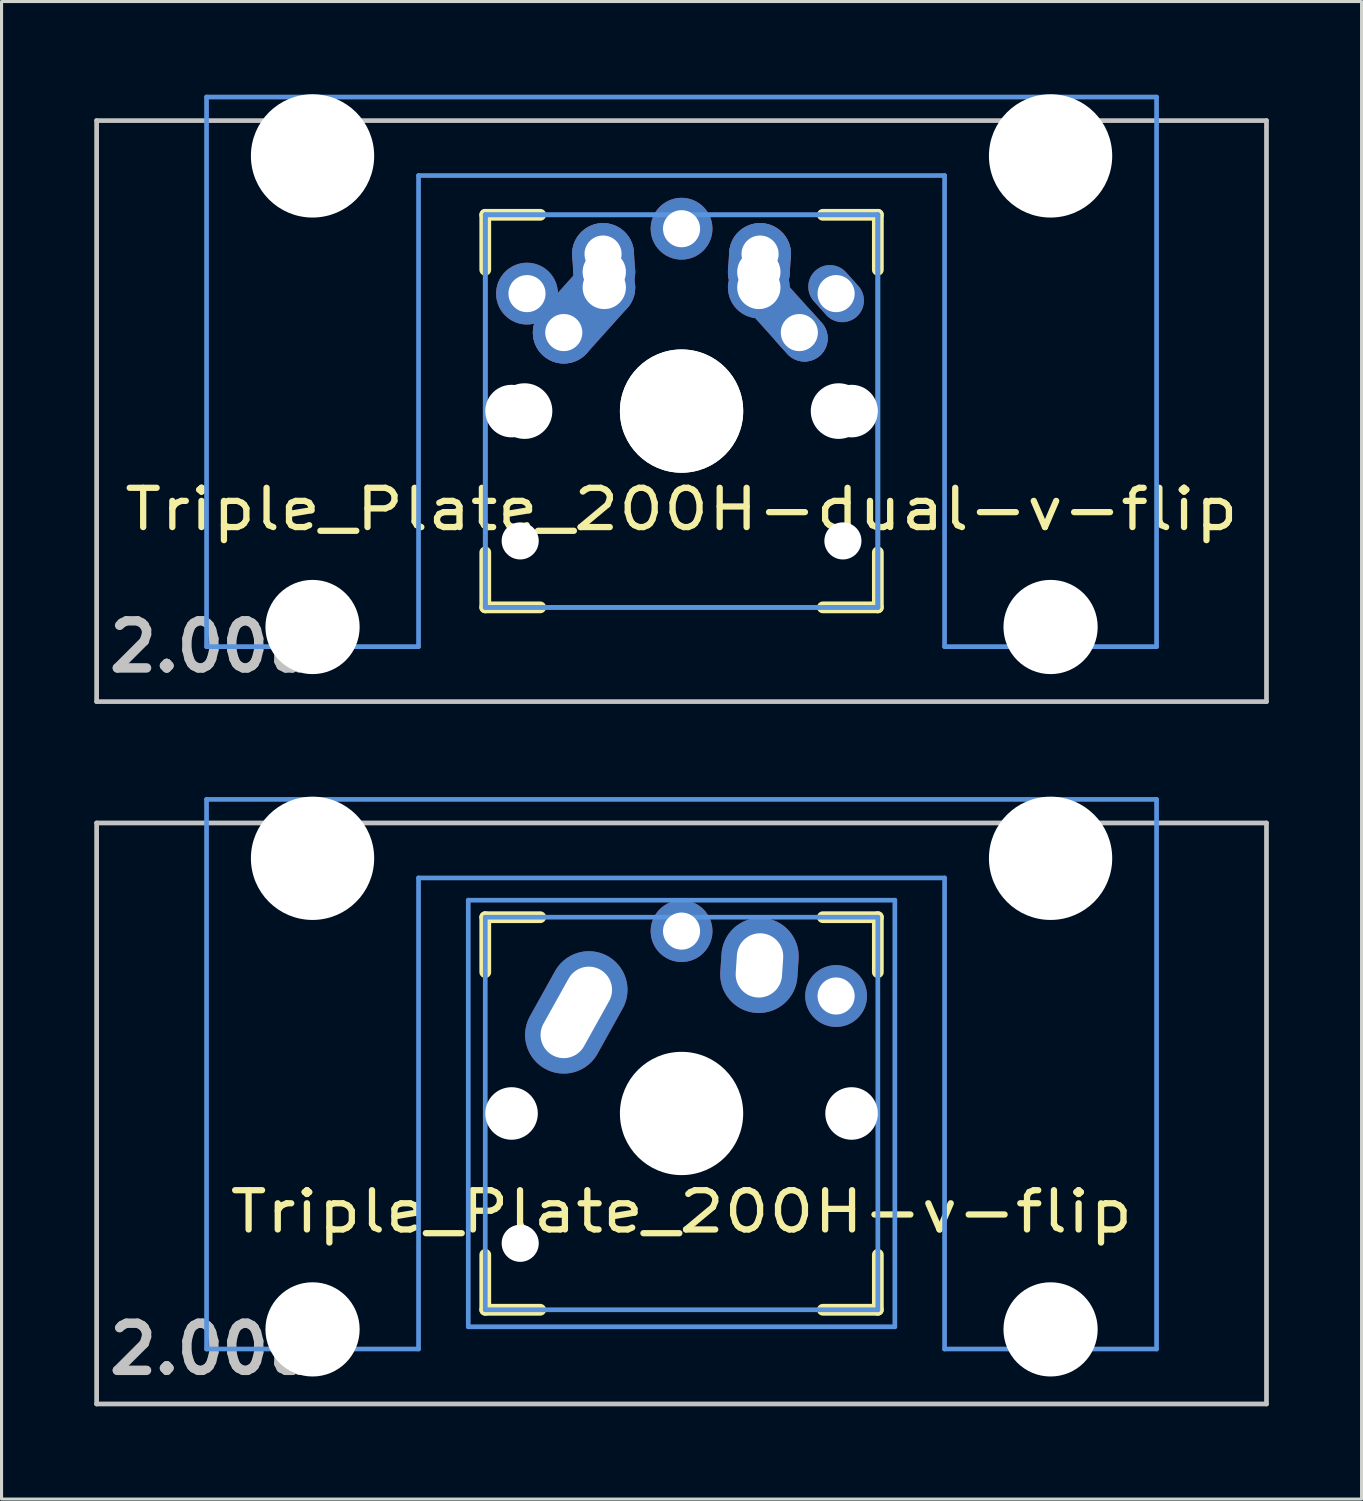
<source format=kicad_pcb>
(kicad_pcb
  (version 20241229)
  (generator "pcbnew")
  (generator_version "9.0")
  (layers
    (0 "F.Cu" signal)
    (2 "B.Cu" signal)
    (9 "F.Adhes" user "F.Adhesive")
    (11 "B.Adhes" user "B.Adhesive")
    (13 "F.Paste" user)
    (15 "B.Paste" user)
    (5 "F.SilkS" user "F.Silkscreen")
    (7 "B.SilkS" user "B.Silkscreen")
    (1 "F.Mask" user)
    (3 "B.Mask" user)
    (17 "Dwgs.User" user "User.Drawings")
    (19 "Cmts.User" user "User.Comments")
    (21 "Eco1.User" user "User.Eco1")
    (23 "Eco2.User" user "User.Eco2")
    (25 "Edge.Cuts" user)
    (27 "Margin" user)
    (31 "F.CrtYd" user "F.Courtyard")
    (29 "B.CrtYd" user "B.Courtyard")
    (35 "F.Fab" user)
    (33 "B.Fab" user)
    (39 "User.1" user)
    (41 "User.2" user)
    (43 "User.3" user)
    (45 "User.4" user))
  (footprint "Triple_Plate_200H-dual-v-flip"
    (layer "F.Cu")
    (at 18.999 10.249)
    (property "Reference" "Triple_Plate_200H-dual-v-flip" (at 0 3.175 0) (layer "F.SilkS") (effects (font (size 1.27 1.524) (thickness 0.203))))
    (attr through_hole)
    (fp_line (start -6.35 -6.35) (end -4.572 -6.35) (stroke (width 0.381) (type solid)) (layer "F.SilkS"))
    (fp_line (start -6.35 -4.572) (end -6.35 -6.35) (stroke (width 0.381) (type solid)) (layer "F.SilkS"))
    (fp_line (start -6.35 6.35) (end -6.35 4.572) (stroke (width 0.381) (type solid)) (layer "F.SilkS"))
    (fp_line (start -4.572 6.35) (end -6.35 6.35) (stroke (width 0.381) (type solid)) (layer "F.SilkS"))
    (fp_line (start 4.572 -6.35) (end 6.35 -6.35) (stroke (width 0.381) (type solid)) (layer "F.SilkS"))
    (fp_line (start 6.35 -6.35) (end 6.35 -4.572) (stroke (width 0.381) (type solid)) (layer "F.SilkS"))
    (fp_line (start 6.35 4.572) (end 6.35 6.35) (stroke (width 0.381) (type solid)) (layer "F.SilkS"))
    (fp_line (start 6.35 6.35) (end 4.572 6.35) (stroke (width 0.381) (type solid)) (layer "F.SilkS"))
    (fp_line (start -18.923 -9.398) (end 18.923 -9.398) (stroke (width 0.152) (type solid)) (layer "Dwgs.User"))
    (fp_line (start -18.923 9.398) (end -18.923 -9.398) (stroke (width 0.152) (type solid)) (layer "Dwgs.User"))
    (fp_line (start 18.923 -9.398) (end 18.923 9.398) (stroke (width 0.152) (type solid)) (layer "Dwgs.User"))
    (fp_line (start 18.923 9.398) (end -18.923 9.398) (stroke (width 0.152) (type solid)) (layer "Dwgs.User"))
    (fp_line (start -15.367 -10.16) (end -15.367 7.62) (stroke (width 0.152) (type solid)) (layer "Cmts.User"))
    (fp_line (start -15.367 7.62) (end -8.509 7.62) (stroke (width 0.152) (type solid)) (layer "Cmts.User"))
    (fp_line (start -8.509 -7.62) (end 8.509 -7.62) (stroke (width 0.152) (type solid)) (layer "Cmts.User"))
    (fp_line (start -8.509 7.62) (end -8.509 -7.62) (stroke (width 0.152) (type solid)) (layer "Cmts.User"))
    (fp_line (start -6.35 -6.35) (end 6.35 -6.35) (stroke (width 0.152) (type solid)) (layer "Cmts.User"))
    (fp_line (start -6.35 -6.35) (end 6.35 -6.35) (stroke (width 0.152) (type solid)) (layer "Cmts.User"))
    (fp_line (start -6.35 6.35) (end -6.35 -6.35) (stroke (width 0.152) (type solid)) (layer "Cmts.User"))
    (fp_line (start -6.35 6.35) (end -6.35 -6.35) (stroke (width 0.152) (type solid)) (layer "Cmts.User"))
    (fp_line (start 6.35 -6.35) (end 6.35 6.35) (stroke (width 0.152) (type solid)) (layer "Cmts.User"))
    (fp_line (start 6.35 -6.35) (end 6.35 6.35) (stroke (width 0.152) (type solid)) (layer "Cmts.User"))
    (fp_line (start 6.35 6.35) (end -6.35 6.35) (stroke (width 0.152) (type solid)) (layer "Cmts.User"))
    (fp_line (start 6.35 6.35) (end -6.35 6.35) (stroke (width 0.152) (type solid)) (layer "Cmts.User"))
    (fp_line (start 8.509 -7.62) (end 8.509 7.62) (stroke (width 0.152) (type solid)) (layer "Cmts.User"))
    (fp_line (start 8.509 7.62) (end 15.367 7.62) (stroke (width 0.152) (type solid)) (layer "Cmts.User"))
    (fp_line (start 15.367 -10.16) (end -15.367 -10.16) (stroke (width 0.152) (type solid)) (layer "Cmts.User"))
    (fp_line (start 15.367 7.62) (end 15.367 -10.16) (stroke (width 0.152) (type solid)) (layer "Cmts.User"))
    (fp_line (start -16.129 -0.508) (end -15.265 -0.508) (stroke (width 0.152) (type solid)) (layer "Eco2.User"))
    (fp_line (start -16.129 2.286) (end -16.129 -0.508) (stroke (width 0.152) (type solid)) (layer "Eco2.User"))
    (fp_line (start -15.265 -6.604) (end -14.224 -6.604) (stroke (width 0.152) (type solid)) (layer "Eco2.User"))
    (fp_line (start -15.265 -0.508) (end -15.265 -6.604) (stroke (width 0.152) (type solid)) (layer "Eco2.User"))
    (fp_line (start -15.265 2.286) (end -16.129 2.286) (stroke (width 0.152) (type solid)) (layer "Eco2.User"))
    (fp_line (start -15.265 5.69) (end -15.265 2.286) (stroke (width 0.152) (type solid)) (layer "Eco2.User"))
    (fp_line (start -14.224 -7.772) (end -9.652 -7.772) (stroke (width 0.152) (type solid)) (layer "Eco2.User"))
    (fp_line (start -14.224 -6.604) (end -14.224 -7.772) (stroke (width 0.152) (type solid)) (layer "Eco2.User"))
    (fp_line (start -9.652 -7.772) (end -9.652 -6.604) (stroke (width 0.152) (type solid)) (layer "Eco2.User"))
    (fp_line (start -9.652 -6.604) (end -8.611 -6.604) (stroke (width 0.152) (type solid)) (layer "Eco2.User"))
    (fp_line (start -8.611 -6.604) (end -8.611 -5.817) (stroke (width 0.152) (type solid)) (layer "Eco2.User"))
    (fp_line (start -8.611 -5.817) (end -6.985 -5.817) (stroke (width 0.152) (type solid)) (layer "Eco2.User"))
    (fp_line (start -8.611 4.877) (end -8.611 5.69) (stroke (width 0.152) (type solid)) (layer "Eco2.User"))
    (fp_line (start -8.611 5.69) (end -15.265 5.69) (stroke (width 0.152) (type solid)) (layer "Eco2.User"))
    (fp_line (start -7.5 -7.5) (end 7.5 -7.5) (stroke (width 0.152) (type solid)) (layer "Eco2.User"))
    (fp_line (start -7.5 7.5) (end -7.5 -7.5) (stroke (width 0.152) (type solid)) (layer "Eco2.User"))
    (fp_line (start -6.985 -6.985) (end 6.985 -6.985) (stroke (width 0.152) (type solid)) (layer "Eco2.User"))
    (fp_line (start -6.985 -6.985) (end 6.985 -6.985) (stroke (width 0.152) (type solid)) (layer "Eco2.User"))
    (fp_line (start -6.985 -5.817) (end -6.985 -6.985) (stroke (width 0.152) (type solid)) (layer "Eco2.User"))
    (fp_line (start -6.985 4.877) (end -8.611 4.877) (stroke (width 0.152) (type solid)) (layer "Eco2.User"))
    (fp_line (start -6.985 6.985) (end -6.985 -6.985) (stroke (width 0.152) (type solid)) (layer "Eco2.User"))
    (fp_line (start -6.985 6.985) (end -6.985 4.877) (stroke (width 0.152) (type solid)) (layer "Eco2.User"))
    (fp_line (start 6.985 -6.985) (end 6.985 -5.817) (stroke (width 0.152) (type solid)) (layer "Eco2.User"))
    (fp_line (start 6.985 -6.985) (end 6.985 6.985) (stroke (width 0.152) (type solid)) (layer "Eco2.User"))
    (fp_line (start 6.985 -5.817) (end 8.611 -5.817) (stroke (width 0.152) (type solid)) (layer "Eco2.User"))
    (fp_line (start 6.985 4.877) (end 6.985 6.985) (stroke (width 0.152) (type solid)) (layer "Eco2.User"))
    (fp_line (start 6.985 6.985) (end -6.985 6.985) (stroke (width 0.152) (type solid)) (layer "Eco2.User"))
    (fp_line (start 6.985 6.985) (end -6.985 6.985) (stroke (width 0.152) (type solid)) (layer "Eco2.User"))
    (fp_line (start 7.5 -7.5) (end 7.5 7.5) (stroke (width 0.152) (type solid)) (layer "Eco2.User"))
    (fp_line (start 7.5 7.5) (end -7.5 7.5) (stroke (width 0.152) (type solid)) (layer "Eco2.User"))
    (fp_line (start 8.611 -6.604) (end 9.652 -6.604) (stroke (width 0.152) (type solid)) (layer "Eco2.User"))
    (fp_line (start 8.611 -5.817) (end 8.611 -6.604) (stroke (width 0.152) (type solid)) (layer "Eco2.User"))
    (fp_line (start 8.611 4.877) (end 6.985 4.877) (stroke (width 0.152) (type solid)) (layer "Eco2.User"))
    (fp_line (start 8.611 5.69) (end 8.611 4.877) (stroke (width 0.152) (type solid)) (layer "Eco2.User"))
    (fp_line (start 9.652 -7.772) (end 14.224 -7.772) (stroke (width 0.152) (type solid)) (layer "Eco2.User"))
    (fp_line (start 9.652 -6.604) (end 9.652 -7.772) (stroke (width 0.152) (type solid)) (layer "Eco2.User"))
    (fp_line (start 14.224 -7.772) (end 14.224 -6.604) (stroke (width 0.152) (type solid)) (layer "Eco2.User"))
    (fp_line (start 14.224 -6.604) (end 15.265 -6.604) (stroke (width 0.152) (type solid)) (layer "Eco2.User"))
    (fp_line (start 15.265 -6.604) (end 15.265 -0.508) (stroke (width 0.152) (type solid)) (layer "Eco2.User"))
    (fp_line (start 15.265 -0.508) (end 16.129 -0.508) (stroke (width 0.152) (type solid)) (layer "Eco2.User"))
    (fp_line (start 15.265 2.286) (end 15.265 5.69) (stroke (width 0.152) (type solid)) (layer "Eco2.User"))
    (fp_line (start 15.265 5.69) (end 8.611 5.69) (stroke (width 0.152) (type solid)) (layer "Eco2.User"))
    (fp_line (start 16.129 -0.508) (end 16.129 2.286) (stroke (width 0.152) (type solid)) (layer "Eco2.User"))
    (fp_line (start 16.129 2.286) (end 15.265 2.286) (stroke (width 0.152) (type solid)) (layer "Eco2.User"))
    (fp_text user "2.00u" (at -15.24 7.62 180) (layer "Dwgs.User") (effects (font (size 1.524 1.524) (thickness 0.305))))
    (pad "" np_thru_hole circle (at -11.938 -8.255 180) (size 3.988 3.988) (drill 3.988) (layers "*.Cu"))
    (pad "" np_thru_hole circle (at -11.938 6.985 180) (size 3.048 3.048) (drill 3.048) (layers "*.Cu"))
    (pad "" np_thru_hole circle (at -5.5 0) (size 1.7 1.7) (drill 1.7) (layers "*.Cu"))
    (pad "" np_thru_hole circle (at -5.22 4.2) (size 1.2 1.2) (drill 1.2) (layers "*.Cu"))
    (pad "" np_thru_hole circle (at -5.08 0) (size 1.8 1.8) (drill 1.8) (layers "*.Cu"))
    (pad "" np_thru_hole circle (at 0 0) (size 3.988 3.988) (drill 3.988) (layers "*.Cu"))
    (pad "" np_thru_hole circle (at 0 0) (size 3.988 3.988) (drill 3.988) (layers "*.Cu"))
    (pad "" np_thru_hole circle (at 5.08 0) (size 1.8 1.8) (drill 1.8) (layers "*.Cu"))
    (pad "" np_thru_hole circle (at 5.22 4.2) (size 1.2 1.2) (drill 1.2) (layers "*.Cu"))
    (pad "" np_thru_hole circle (at 5.5 0) (size 1.7 1.7) (drill 1.7) (layers "*.Cu"))
    (pad "" np_thru_hole circle (at 11.938 -8.255 180) (size 3.988 3.988) (drill 3.988) (layers "*.Cu"))
    (pad "" np_thru_hole circle (at 11.938 6.985 180) (size 3.048 3.048) (drill 3.048) (layers "*.Cu"))
    (pad "1" thru_hole circle (at -5 -3.8 138.1) (size 2 2) (drill 1.2) (layers "*.Cu" "*.Mask"))
    (pad "1" thru_hole circle (at -3.81 -2.54) (size 2 2) (drill oval 1.2) (layers "*.Cu" "*.Mask"))
    (pad "1" smd oval (at -3.155 -3.27 138.1) (size 2 3.962) (layers "F.Cu" "F.Mask" "F.Paste"))
    (pad "1" smd oval (at -3.155 -3.27 138.1) (size 2 3.962) (layers "B.Cu" "B.Mask" "B.Paste"))
    (pad "1" thru_hole circle (at -2.54 -5.08 330.95) (size 2 2) (drill 1.2) (layers "*.Cu" "*.Mask"))
    (pad "1" smd oval (at -2.52 -4.79 3.945) (size 2 2.581) (layers "F.Cu" "F.Mask" "F.Paste"))
    (pad "1" smd oval (at -2.52 -4.79 3.945) (size 2 2.581) (layers "B.Cu" "B.Mask" "B.Paste"))
    (pad "1" thru_hole circle (at -2.5 -4.5 330.95) (size 2 2) (drill 1.4) (layers "*.Cu" "*.Mask"))
    (pad "1" thru_hole circle (at -2.5 -4 330.95) (size 2 2) (drill 1.4) (layers "*.Cu" "*.Mask"))
    (pad "1" thru_hole oval (at 5 -3.8 221.9) (size 1.4 2) (drill 1.2) (layers "*.Cu" "*.Mask"))
    (pad "2" thru_hole circle (at 0 -5.9) (size 2 2) (drill 1.2) (layers "*.Cu" "*.Mask"))
    (pad "2" thru_hole circle (at 2.5 -4.5 330.95) (size 2 2) (drill 1.4) (layers "*.Cu" "*.Mask"))
    (pad "2" thru_hole circle (at 2.5 -4) (size 2 2) (drill 1.4) (layers "*.Cu" "*.Mask"))
    (pad "2" smd oval (at 2.52 -4.79 356.055) (size 2 2.581) (layers "F.Cu" "F.Mask" "F.Paste"))
    (pad "2" smd oval (at 2.52 -4.79 356.055) (size 2 2.581) (layers "B.Cu" "B.Mask" "B.Paste"))
    (pad "2" thru_hole circle (at 2.54 -5.08 330.95) (size 2 2) (drill 1.2) (layers "*.Cu" "*.Mask"))
    (pad "2" smd oval (at 3.155 -3.27 221.9) (size 1.5 3.962) (layers "F.Cu" "F.Mask" "F.Paste"))
    (pad "2" smd oval (at 3.155 -3.27 221.9) (size 1.5 3.962) (layers "B.Cu" "B.Mask" "B.Paste"))
    (pad "2" thru_hole oval (at 3.81 -2.54 311.9) (size 2 1.5) (drill 1.2) (layers "*.Cu" "*.Mask")))
  (footprint "Triple_Plate_200H-v-flip"
    (layer "F.Cu")
    (at 18.999 32.972)
    (property "Reference" "Triple_Plate_200H-v-flip" (at 0 3.175 0) (layer "F.SilkS") (effects (font (size 1.27 1.524) (thickness 0.203))))
    (attr through_hole)
    (fp_line (start -6.35 -6.35) (end -4.572 -6.35) (stroke (width 0.381) (type solid)) (layer "F.SilkS"))
    (fp_line (start -6.35 -4.572) (end -6.35 -6.35) (stroke (width 0.381) (type solid)) (layer "F.SilkS"))
    (fp_line (start -6.35 6.35) (end -6.35 4.572) (stroke (width 0.381) (type solid)) (layer "F.SilkS"))
    (fp_line (start -4.572 6.35) (end -6.35 6.35) (stroke (width 0.381) (type solid)) (layer "F.SilkS"))
    (fp_line (start 4.572 -6.35) (end 6.35 -6.35) (stroke (width 0.381) (type solid)) (layer "F.SilkS"))
    (fp_line (start 6.35 -6.35) (end 6.35 -4.572) (stroke (width 0.381) (type solid)) (layer "F.SilkS"))
    (fp_line (start 6.35 4.572) (end 6.35 6.35) (stroke (width 0.381) (type solid)) (layer "F.SilkS"))
    (fp_line (start 6.35 6.35) (end 4.572 6.35) (stroke (width 0.381) (type solid)) (layer "F.SilkS"))
    (fp_line (start -18.923 -9.398) (end 18.923 -9.398) (stroke (width 0.152) (type solid)) (layer "Dwgs.User"))
    (fp_line (start -18.923 9.398) (end -18.923 -9.398) (stroke (width 0.152) (type solid)) (layer "Dwgs.User"))
    (fp_line (start 18.923 -9.398) (end 18.923 9.398) (stroke (width 0.152) (type solid)) (layer "Dwgs.User"))
    (fp_line (start 18.923 9.398) (end -18.923 9.398) (stroke (width 0.152) (type solid)) (layer "Dwgs.User"))
    (fp_line (start -15.367 -10.16) (end -15.367 7.62) (stroke (width 0.152) (type solid)) (layer "Cmts.User"))
    (fp_line (start -15.367 7.62) (end -8.509 7.62) (stroke (width 0.152) (type solid)) (layer "Cmts.User"))
    (fp_line (start -8.509 -7.62) (end 8.509 -7.62) (stroke (width 0.152) (type solid)) (layer "Cmts.User"))
    (fp_line (start -8.509 7.62) (end -8.509 -7.62) (stroke (width 0.152) (type solid)) (layer "Cmts.User"))
    (fp_line (start -6.9 -6.9) (end 6.9 -6.9) (stroke (width 0.152) (type solid)) (layer "Cmts.User"))
    (fp_line (start -6.9 6.9) (end -6.9 -6.9) (stroke (width 0.152) (type solid)) (layer "Cmts.User"))
    (fp_line (start -6.35 -6.35) (end 6.35 -6.35) (stroke (width 0.152) (type solid)) (layer "Cmts.User"))
    (fp_line (start -6.35 6.35) (end -6.35 -6.35) (stroke (width 0.152) (type solid)) (layer "Cmts.User"))
    (fp_line (start 6.35 -6.35) (end 6.35 6.35) (stroke (width 0.152) (type solid)) (layer "Cmts.User"))
    (fp_line (start 6.35 6.35) (end -6.35 6.35) (stroke (width 0.152) (type solid)) (layer "Cmts.User"))
    (fp_line (start 6.9 -6.9) (end 6.9 6.9) (stroke (width 0.152) (type solid)) (layer "Cmts.User"))
    (fp_line (start 6.9 6.9) (end -6.9 6.9) (stroke (width 0.152) (type solid)) (layer "Cmts.User"))
    (fp_line (start 8.509 -7.62) (end 8.509 7.62) (stroke (width 0.152) (type solid)) (layer "Cmts.User"))
    (fp_line (start 8.509 7.62) (end 15.367 7.62) (stroke (width 0.152) (type solid)) (layer "Cmts.User"))
    (fp_line (start 15.367 -10.16) (end -15.367 -10.16) (stroke (width 0.152) (type solid)) (layer "Cmts.User"))
    (fp_line (start 15.367 7.62) (end 15.367 -10.16) (stroke (width 0.152) (type solid)) (layer "Cmts.User"))
    (fp_line (start -16.129 -0.508) (end -15.265 -0.508) (stroke (width 0.152) (type solid)) (layer "Eco2.User"))
    (fp_line (start -16.129 2.286) (end -16.129 -0.508) (stroke (width 0.152) (type solid)) (layer "Eco2.User"))
    (fp_line (start -15.265 -6.604) (end -14.224 -6.604) (stroke (width 0.152) (type solid)) (layer "Eco2.User"))
    (fp_line (start -15.265 -0.508) (end -15.265 -6.604) (stroke (width 0.152) (type solid)) (layer "Eco2.User"))
    (fp_line (start -15.265 2.286) (end -16.129 2.286) (stroke (width 0.152) (type solid)) (layer "Eco2.User"))
    (fp_line (start -15.265 5.69) (end -15.265 2.286) (stroke (width 0.152) (type solid)) (layer "Eco2.User"))
    (fp_line (start -14.224 -7.772) (end -9.652 -7.772) (stroke (width 0.152) (type solid)) (layer "Eco2.User"))
    (fp_line (start -14.224 -6.604) (end -14.224 -7.772) (stroke (width 0.152) (type solid)) (layer "Eco2.User"))
    (fp_line (start -9.652 -7.772) (end -9.652 -6.604) (stroke (width 0.152) (type solid)) (layer "Eco2.User"))
    (fp_line (start -9.652 -6.604) (end -8.611 -6.604) (stroke (width 0.152) (type solid)) (layer "Eco2.User"))
    (fp_line (start -8.611 -6.604) (end -8.611 -5.817) (stroke (width 0.152) (type solid)) (layer "Eco2.User"))
    (fp_line (start -8.611 -5.817) (end -6.985 -5.817) (stroke (width 0.152) (type solid)) (layer "Eco2.User"))
    (fp_line (start -8.611 4.877) (end -8.611 5.69) (stroke (width 0.152) (type solid)) (layer "Eco2.User"))
    (fp_line (start -8.611 5.69) (end -15.265 5.69) (stroke (width 0.152) (type solid)) (layer "Eco2.User"))
    (fp_line (start -7.5 -7.5) (end 7.5 -7.5) (stroke (width 0.152) (type solid)) (layer "Eco2.User"))
    (fp_line (start -7.5 7.5) (end -7.5 -7.5) (stroke (width 0.152) (type solid)) (layer "Eco2.User"))
    (fp_line (start -6.985 -6.985) (end 6.985 -6.985) (stroke (width 0.152) (type solid)) (layer "Eco2.User"))
    (fp_line (start -6.985 -5.817) (end -6.985 -6.985) (stroke (width 0.152) (type solid)) (layer "Eco2.User"))
    (fp_line (start -6.985 4.877) (end -8.611 4.877) (stroke (width 0.152) (type solid)) (layer "Eco2.User"))
    (fp_line (start -6.985 6.985) (end -6.985 4.877) (stroke (width 0.152) (type solid)) (layer "Eco2.User"))
    (fp_line (start 6.985 -6.985) (end 6.985 -5.817) (stroke (width 0.152) (type solid)) (layer "Eco2.User"))
    (fp_line (start 6.985 -5.817) (end 8.611 -5.817) (stroke (width 0.152) (type solid)) (layer "Eco2.User"))
    (fp_line (start 6.985 4.877) (end 6.985 6.985) (stroke (width 0.152) (type solid)) (layer "Eco2.User"))
    (fp_line (start 6.985 6.985) (end -6.985 6.985) (stroke (width 0.152) (type solid)) (layer "Eco2.User"))
    (fp_line (start 7.5 -7.5) (end 7.5 7.5) (stroke (width 0.152) (type solid)) (layer "Eco2.User"))
    (fp_line (start 7.5 7.5) (end -7.5 7.5) (stroke (width 0.152) (type solid)) (layer "Eco2.User"))
    (fp_line (start 8.611 -6.604) (end 9.652 -6.604) (stroke (width 0.152) (type solid)) (layer "Eco2.User"))
    (fp_line (start 8.611 -5.817) (end 8.611 -6.604) (stroke (width 0.152) (type solid)) (layer "Eco2.User"))
    (fp_line (start 8.611 4.877) (end 6.985 4.877) (stroke (width 0.152) (type solid)) (layer "Eco2.User"))
    (fp_line (start 8.611 5.69) (end 8.611 4.877) (stroke (width 0.152) (type solid)) (layer "Eco2.User"))
    (fp_line (start 9.652 -7.772) (end 14.224 -7.772) (stroke (width 0.152) (type solid)) (layer "Eco2.User"))
    (fp_line (start 9.652 -6.604) (end 9.652 -7.772) (stroke (width 0.152) (type solid)) (layer "Eco2.User"))
    (fp_line (start 14.224 -7.772) (end 14.224 -6.604) (stroke (width 0.152) (type solid)) (layer "Eco2.User"))
    (fp_line (start 14.224 -6.604) (end 15.265 -6.604) (stroke (width 0.152) (type solid)) (layer "Eco2.User"))
    (fp_line (start 15.265 -6.604) (end 15.265 -0.508) (stroke (width 0.152) (type solid)) (layer "Eco2.User"))
    (fp_line (start 15.265 -0.508) (end 16.129 -0.508) (stroke (width 0.152) (type solid)) (layer "Eco2.User"))
    (fp_line (start 15.265 2.286) (end 15.265 5.69) (stroke (width 0.152) (type solid)) (layer "Eco2.User"))
    (fp_line (start 15.265 5.69) (end 8.611 5.69) (stroke (width 0.152) (type solid)) (layer "Eco2.User"))
    (fp_line (start 16.129 -0.508) (end 16.129 2.286) (stroke (width 0.152) (type solid)) (layer "Eco2.User"))
    (fp_line (start 16.129 2.286) (end 15.265 2.286) (stroke (width 0.152) (type solid)) (layer "Eco2.User"))
    (fp_text user "2.00u" (at -15.24 7.62 180) (layer "Dwgs.User") (effects (font (size 1.524 1.524) (thickness 0.305))))
    (pad "" np_thru_hole circle (at -11.938 -8.255 180) (size 3.988 3.988) (drill 3.988) (layers "*.Cu"))
    (pad "" np_thru_hole circle (at -11.938 6.985 180) (size 3.048 3.048) (drill 3.048) (layers "*.Cu"))
    (pad "" np_thru_hole circle (at -5.5 0) (size 1.7 1.7) (drill 1.7) (layers "*.Cu"))
    (pad "" np_thru_hole circle (at -5.22 4.2) (size 1.2 1.2) (drill 1.2) (layers "*.Cu"))
    (pad "" np_thru_hole circle (at 0 0) (size 3.4 3.4) (drill 3.4) (layers "*.Cu"))
    (pad "" np_thru_hole circle (at 0 0) (size 3.988 3.988) (drill 3.988) (layers "*.Cu"))
    (pad "" np_thru_hole circle (at 5.5 0) (size 1.7 1.7) (drill 1.7) (layers "*.Cu"))
    (pad "" np_thru_hole circle (at 11.938 -8.255 180) (size 3.988 3.988) (drill 3.988) (layers "*.Cu"))
    (pad "" np_thru_hole circle (at 11.938 6.985 180) (size 3.048 3.048) (drill 3.048) (layers "*.Cu"))
    (pad "1" thru_hole oval (at -3.405 -3.27 330.9) (size 2.5 4.17) (drill oval 1.5 3.17) (layers "*.Cu" "*.Mask"))
    (pad "1" thru_hole circle (at 0 -5.9) (size 2 2) (drill 1.2) (layers "*.Cu" "*.Mask"))
    (pad "2" thru_hole oval (at 2.52 -4.79 356.1) (size 2.5 3.08) (drill oval 1.5 2.08) (layers "*.Cu" "*.Mask"))
    (pad "2" thru_hole circle (at 5 -3.8 221.9) (size 2 2) (drill 1.2) (layers "*.Cu" "*.Mask")))
  (gr_rect
    (start -3 -3)
    (end 40.998 45.446)
    (stroke (width 0.1) (type default))
    (fill no)
    (layer "Edge.Cuts")))
</source>
